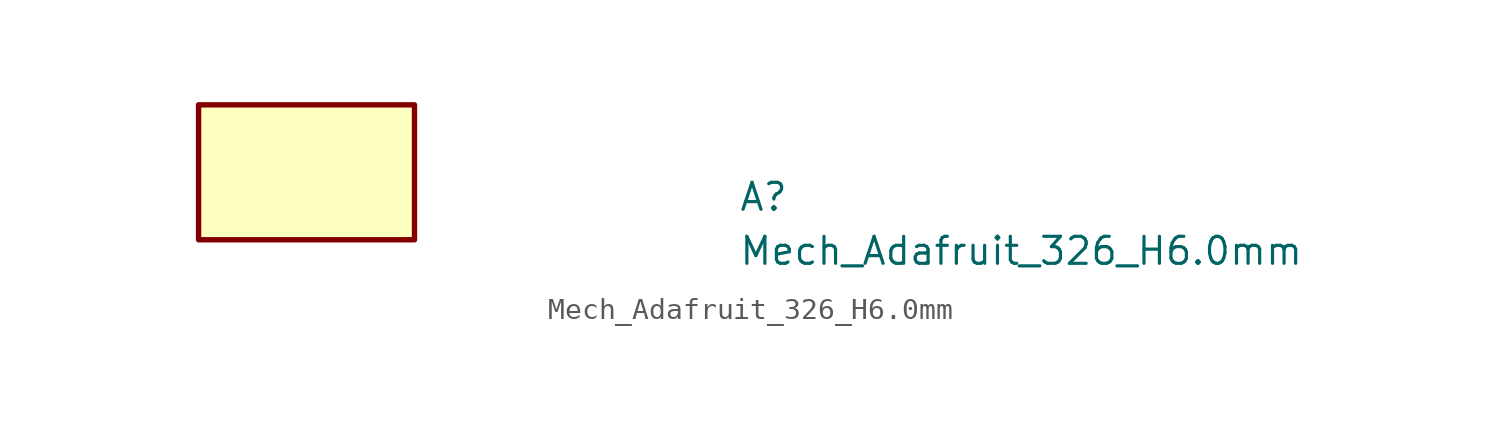
<source format=kicad_sym>
(kicad_symbol_lib
  (version 20211014)
  (generator kicad_symbol_editor)
  (symbol "Mech_Adafruit_326_H6.0mm"
    (property "Reference" "A"
      (at 25.4 -5.08 0)
      (effects (font (size 1.27 1.27) (thickness 0.15)) (justify left bottom)))
    (property "Value" "Mech_Adafruit_326_H6.0mm"
      (at 25.4 -7.62 0)
      (effects (font (size 1.27 1.27) (thickness 0.15)) (justify left bottom)))
    (symbol "Mech_Adafruit_326_H6.0mm_1_1"
      (rectangle (start 10.16 -6.35) (end 0 0) (stroke (width 0.254) (type default) (color 0 0 0 0)) (fill (type background))))))
</source>
